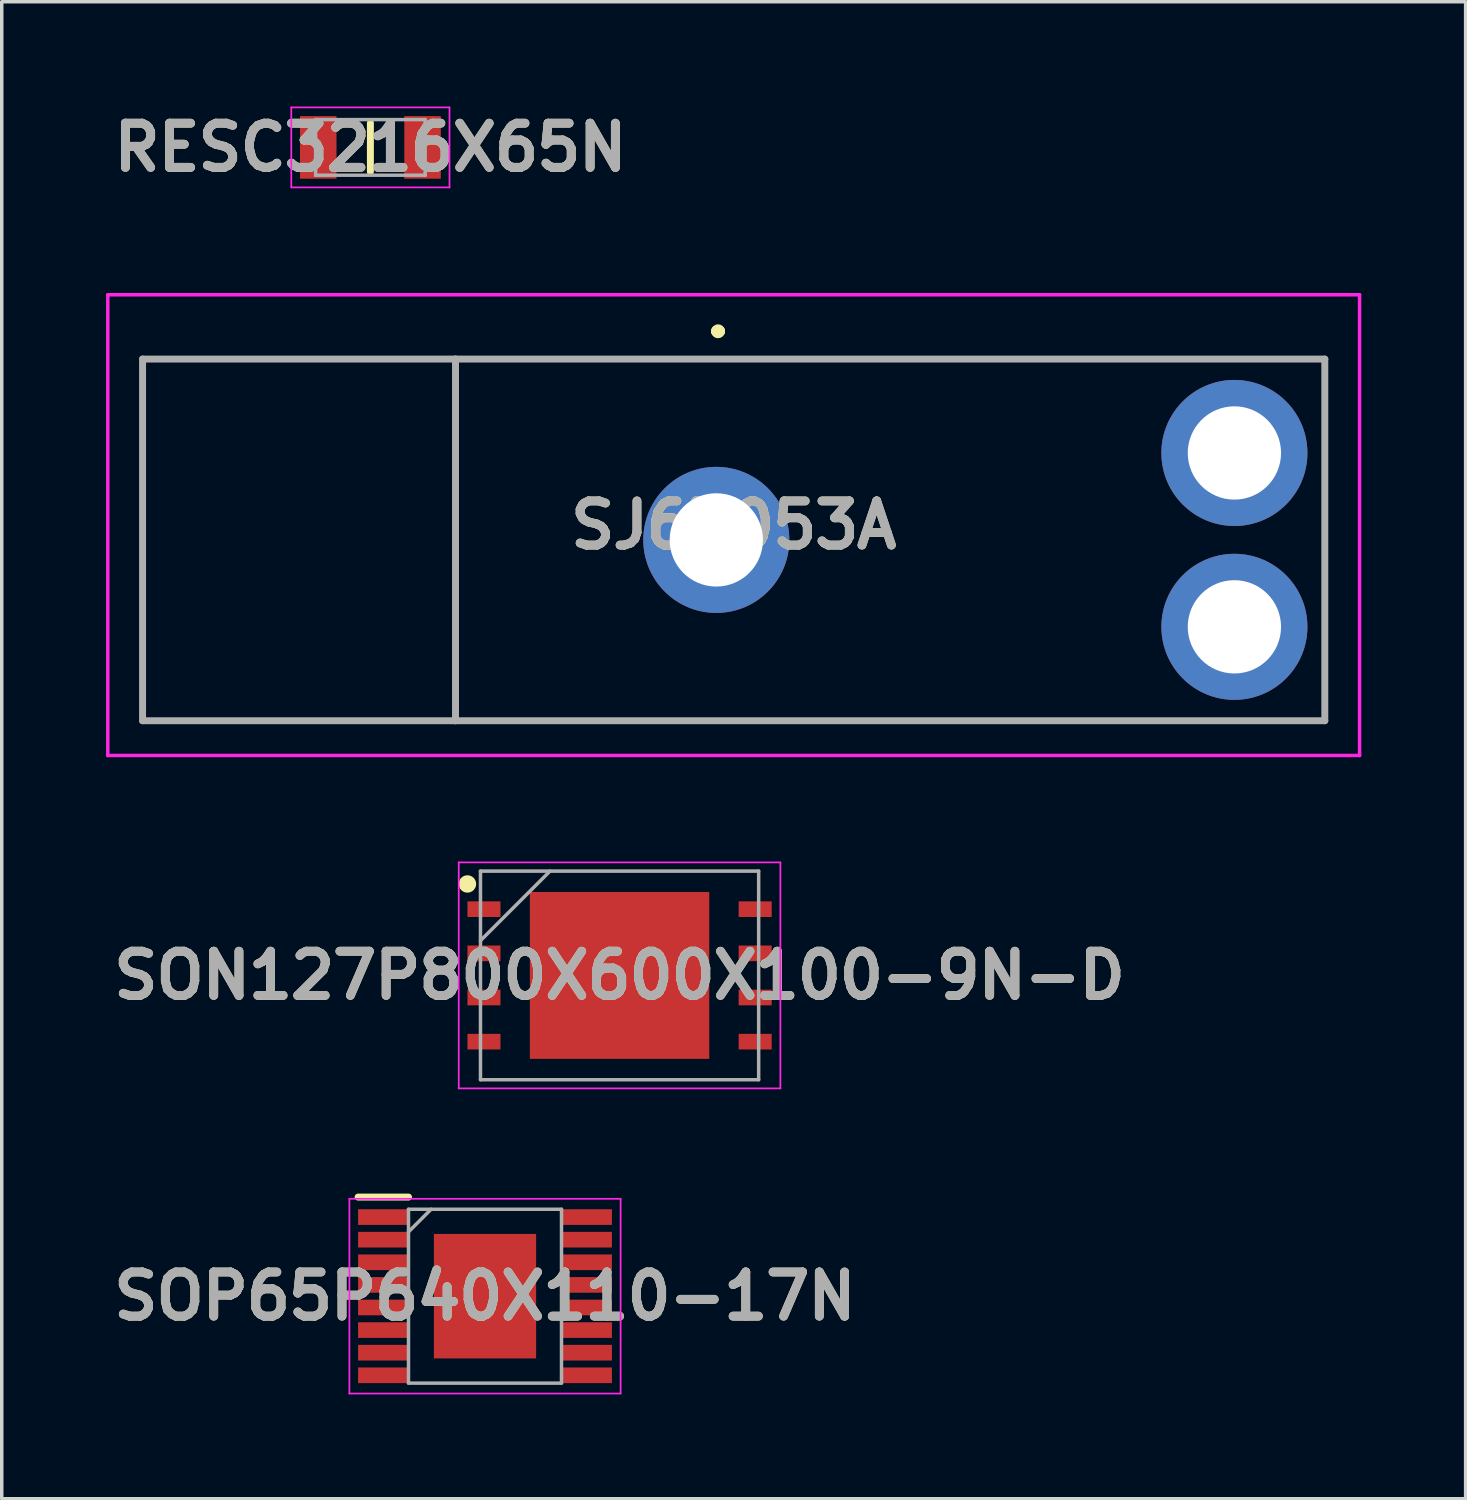
<source format=kicad_pcb>
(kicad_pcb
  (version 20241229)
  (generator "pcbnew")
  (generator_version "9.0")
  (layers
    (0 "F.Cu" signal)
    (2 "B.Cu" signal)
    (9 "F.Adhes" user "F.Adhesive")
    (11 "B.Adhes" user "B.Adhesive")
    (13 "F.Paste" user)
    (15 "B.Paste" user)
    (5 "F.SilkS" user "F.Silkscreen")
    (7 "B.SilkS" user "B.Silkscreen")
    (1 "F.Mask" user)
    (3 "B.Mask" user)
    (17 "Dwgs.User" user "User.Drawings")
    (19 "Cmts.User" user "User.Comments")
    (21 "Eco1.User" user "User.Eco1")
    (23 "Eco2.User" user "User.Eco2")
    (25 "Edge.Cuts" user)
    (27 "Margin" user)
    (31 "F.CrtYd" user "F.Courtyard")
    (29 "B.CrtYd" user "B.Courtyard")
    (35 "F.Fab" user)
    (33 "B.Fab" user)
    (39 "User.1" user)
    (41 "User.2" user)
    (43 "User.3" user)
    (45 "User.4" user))
  (footprint "SJ63053A"
    (layer "F.Cu")
    (at 17.55 12.477)
    (property "Reference" "SJ63053A" (at 0.5 -0.425 0) (layer "F.SilkS") (effects (font (size 1.27 1.27) (thickness 0.254))))
    (attr through_hole)
    (fp_line (start -16.5 -5.2) (end -16.5 5.2) (stroke (width 0.1) (type solid)) (layer "F.SilkS"))
    (fp_line (start -16.5 5.2) (end -7.5 5.2) (stroke (width 0.1) (type solid)) (layer "F.SilkS"))
    (fp_line (start -7.5 -5.2) (end -16.5 -5.2) (stroke (width 0.1) (type solid)) (layer "F.SilkS"))
    (fp_line (start -7.5 -5.2) (end 17.5 -5.2) (stroke (width 0.1) (type solid)) (layer "F.SilkS"))
    (fp_line (start -7.5 5.2) (end -7.5 -5.2) (stroke (width 0.1) (type solid)) (layer "F.SilkS"))
    (fp_line (start 0 -6) (end 0 -6) (stroke (width 0.3) (type solid)) (layer "F.SilkS"))
    (fp_line (start 0.1 -6) (end 0.1 -6) (stroke (width 0.3) (type solid)) (layer "F.SilkS"))
    (fp_line (start 17.5 -5.2) (end 17.5 5.2) (stroke (width 0.1) (type solid)) (layer "F.SilkS"))
    (fp_line (start 17.5 5.2) (end -7.5 5.2) (stroke (width 0.1) (type solid)) (layer "F.SilkS"))
    (fp_arc (start 0 -6) (mid 0.05 -6.05) (end 0.1 -6) (stroke (width 0.3) (type solid)) (layer "F.SilkS"))
    (fp_arc (start 0.1 -6) (mid 0.05 -5.95) (end 0 -6) (stroke (width 0.3) (type solid)) (layer "F.SilkS"))
    (fp_line (start -17.5 -7.05) (end 18.5 -7.05) (stroke (width 0.1) (type solid)) (layer "F.CrtYd"))
    (fp_line (start -17.5 6.2) (end -17.5 -7.05) (stroke (width 0.1) (type solid)) (layer "F.CrtYd"))
    (fp_line (start 18.5 -7.05) (end 18.5 6.2) (stroke (width 0.1) (type solid)) (layer "F.CrtYd"))
    (fp_line (start 18.5 6.2) (end -17.5 6.2) (stroke (width 0.1) (type solid)) (layer "F.CrtYd"))
    (fp_line (start -16.5 -5.2) (end -16.5 5.2) (stroke (width 0.2) (type solid)) (layer "F.Fab"))
    (fp_line (start -16.5 5.2) (end -7.5 5.2) (stroke (width 0.2) (type solid)) (layer "F.Fab"))
    (fp_line (start -7.5 -5.2) (end -16.5 -5.2) (stroke (width 0.2) (type solid)) (layer "F.Fab"))
    (fp_line (start -7.5 -5.2) (end 17.5 -5.2) (stroke (width 0.2) (type solid)) (layer "F.Fab"))
    (fp_line (start -7.5 5.2) (end -7.5 -5.2) (stroke (width 0.2) (type solid)) (layer "F.Fab"))
    (fp_line (start 17.5 -5.2) (end 17.5 5.2) (stroke (width 0.2) (type solid)) (layer "F.Fab"))
    (fp_line (start 17.5 5.2) (end -7.5 5.2) (stroke (width 0.2) (type solid)) (layer "F.Fab"))
    (fp_text user "${REFERENCE}" (at 0.5 -0.425 0) (layer "F.Fab") (effects (font (size 1.27 1.27) (thickness 0.254))))
    (pad "1" thru_hole circle (at 0 0) (size 4.2 4.2) (drill 2.683) (layers "*.Cu" "*.Mask"))
    (pad "2" thru_hole circle (at 14.9 2.5) (size 4.2 4.2) (drill 2.683) (layers "*.Cu" "*.Mask"))
    (pad "3" thru_hole circle (at 14.9 -2.5) (size 4.2 4.2) (drill 2.683) (layers "*.Cu" "*.Mask")))
  (footprint "SON127P800X600X100-9N-D"
    (layer "F.Cu")
    (at 14.768 25.002)
    (property "Reference" "SON127P800X600X100-9N-D" (at 0 0 0) (layer "F.SilkS") (effects (font (size 1.27 1.27) (thickness 0.254))))
    (attr smd)
    (fp_circle (center -4.375 -2.63) (end -4.375 -2.505) (stroke (width 0.25) (type solid)) (fill no) (layer "F.SilkS"))
    (fp_line (start -4.625 -3.25) (end 4.625 -3.25) (stroke (width 0.05) (type solid)) (layer "F.CrtYd"))
    (fp_line (start -4.625 3.25) (end -4.625 -3.25) (stroke (width 0.05) (type solid)) (layer "F.CrtYd"))
    (fp_line (start 4.625 -3.25) (end 4.625 3.25) (stroke (width 0.05) (type solid)) (layer "F.CrtYd"))
    (fp_line (start 4.625 3.25) (end -4.625 3.25) (stroke (width 0.05) (type solid)) (layer "F.CrtYd"))
    (fp_line (start -4 -3) (end 4 -3) (stroke (width 0.1) (type solid)) (layer "F.Fab"))
    (fp_line (start -4 -1) (end -2 -3) (stroke (width 0.1) (type solid)) (layer "F.Fab"))
    (fp_line (start -4 3) (end -4 -3) (stroke (width 0.1) (type solid)) (layer "F.Fab"))
    (fp_line (start 4 -3) (end 4 3) (stroke (width 0.1) (type solid)) (layer "F.Fab"))
    (fp_line (start 4 3) (end -4 3) (stroke (width 0.1) (type solid)) (layer "F.Fab"))
    (fp_text user "${REFERENCE}" (at 0 0 0) (layer "F.Fab") (effects (font (size 1.27 1.27) (thickness 0.254))))
    (pad "1" smd rect (at -3.9 -1.905 90) (size 0.45 0.95) (layers "F.Cu" "F.Mask" "F.Paste"))
    (pad "2" smd rect (at -3.9 -0.635 90) (size 0.45 0.95) (layers "F.Cu" "F.Mask" "F.Paste"))
    (pad "3" smd rect (at -3.9 0.635 90) (size 0.45 0.95) (layers "F.Cu" "F.Mask" "F.Paste"))
    (pad "4" smd rect (at -3.9 1.905 90) (size 0.45 0.95) (layers "F.Cu" "F.Mask" "F.Paste"))
    (pad "5" smd rect (at 3.9 1.905 90) (size 0.45 0.95) (layers "F.Cu" "F.Mask" "F.Paste"))
    (pad "6" smd rect (at 3.9 0.635 90) (size 0.45 0.95) (layers "F.Cu" "F.Mask" "F.Paste"))
    (pad "7" smd rect (at 3.9 -0.635 90) (size 0.45 0.95) (layers "F.Cu" "F.Mask" "F.Paste"))
    (pad "8" smd rect (at 3.9 -1.905 90) (size 0.45 0.95) (layers "F.Cu" "F.Mask" "F.Paste"))
    (pad "9" smd rect (at 0 0 90) (size 4.8 5.16) (layers "F.Cu" "F.Mask" "F.Paste")))
  (footprint "SOP65P640X110-17N"
    (layer "F.Cu")
    (at 10.898 34.227)
    (property "Reference" "SOP65P640X110-17N" (at 0 0 0) (layer "F.SilkS") (effects (font (size 1.27 1.27) (thickness 0.254))))
    (attr smd)
    (fp_line (start -3.65 -2.85) (end -2.2 -2.85) (stroke (width 0.2) (type solid)) (layer "F.SilkS"))
    (fp_line (start -3.9 -2.8) (end 3.9 -2.8) (stroke (width 0.05) (type solid)) (layer "F.CrtYd"))
    (fp_line (start -3.9 2.8) (end -3.9 -2.8) (stroke (width 0.05) (type solid)) (layer "F.CrtYd"))
    (fp_line (start 3.9 -2.8) (end 3.9 2.8) (stroke (width 0.05) (type solid)) (layer "F.CrtYd"))
    (fp_line (start 3.9 2.8) (end -3.9 2.8) (stroke (width 0.05) (type solid)) (layer "F.CrtYd"))
    (fp_line (start -2.2 -2.5) (end 2.2 -2.5) (stroke (width 0.1) (type solid)) (layer "F.Fab"))
    (fp_line (start -2.2 -1.85) (end -1.55 -2.5) (stroke (width 0.1) (type solid)) (layer "F.Fab"))
    (fp_line (start -2.2 2.5) (end -2.2 -2.5) (stroke (width 0.1) (type solid)) (layer "F.Fab"))
    (fp_line (start 2.2 -2.5) (end 2.2 2.5) (stroke (width 0.1) (type solid)) (layer "F.Fab"))
    (fp_line (start 2.2 2.5) (end -2.2 2.5) (stroke (width 0.1) (type solid)) (layer "F.Fab"))
    (fp_text user "${REFERENCE}" (at 0 0 0) (layer "F.Fab") (effects (font (size 1.27 1.27) (thickness 0.254))))
    (pad "1" smd rect (at -2.925 -2.275 90) (size 0.45 1.45) (layers "F.Cu" "F.Mask" "F.Paste"))
    (pad "2" smd rect (at -2.925 -1.625 90) (size 0.45 1.45) (layers "F.Cu" "F.Mask" "F.Paste"))
    (pad "3" smd rect (at -2.925 -0.975 90) (size 0.45 1.45) (layers "F.Cu" "F.Mask" "F.Paste"))
    (pad "4" smd rect (at -2.925 -0.325 90) (size 0.45 1.45) (layers "F.Cu" "F.Mask" "F.Paste"))
    (pad "5" smd rect (at -2.925 0.325 90) (size 0.45 1.45) (layers "F.Cu" "F.Mask" "F.Paste"))
    (pad "6" smd rect (at -2.925 0.975 90) (size 0.45 1.45) (layers "F.Cu" "F.Mask" "F.Paste"))
    (pad "7" smd rect (at -2.925 1.625 90) (size 0.45 1.45) (layers "F.Cu" "F.Mask" "F.Paste"))
    (pad "8" smd rect (at -2.925 2.275 90) (size 0.45 1.45) (layers "F.Cu" "F.Mask" "F.Paste"))
    (pad "9" smd rect (at 2.925 2.275 90) (size 0.45 1.45) (layers "F.Cu" "F.Mask" "F.Paste"))
    (pad "10" smd rect (at 2.925 1.625 90) (size 0.45 1.45) (layers "F.Cu" "F.Mask" "F.Paste"))
    (pad "11" smd rect (at 2.925 0.975 90) (size 0.45 1.45) (layers "F.Cu" "F.Mask" "F.Paste"))
    (pad "12" smd rect (at 2.925 0.325 90) (size 0.45 1.45) (layers "F.Cu" "F.Mask" "F.Paste"))
    (pad "13" smd rect (at 2.925 -0.325 90) (size 0.45 1.45) (layers "F.Cu" "F.Mask" "F.Paste"))
    (pad "14" smd rect (at 2.925 -0.975 90) (size 0.45 1.45) (layers "F.Cu" "F.Mask" "F.Paste"))
    (pad "15" smd rect (at 2.925 -1.625 90) (size 0.45 1.45) (layers "F.Cu" "F.Mask" "F.Paste"))
    (pad "16" smd rect (at 2.925 -2.275 90) (size 0.45 1.45) (layers "F.Cu" "F.Mask" "F.Paste"))
    (pad "17" smd rect (at 0 0) (size 2.94 3.58) (layers "F.Cu" "F.Mask" "F.Paste")))
  (footprint "RESC3216X65N"
    (layer "F.Cu")
    (at 7.602 1.189)
    (property "Reference" "RESC3216X65N" (at 0 0 0) (layer "F.SilkS") (effects (font (size 1.27 1.27) (thickness 0.254))))
    (attr smd)
    (fp_line (start 0 -0.7) (end 0 0.7) (stroke (width 0.2) (type solid)) (layer "F.SilkS"))
    (fp_line (start -2.275 -1.15) (end 2.275 -1.15) (stroke (width 0.05) (type solid)) (layer "F.CrtYd"))
    (fp_line (start -2.275 1.15) (end -2.275 -1.15) (stroke (width 0.05) (type solid)) (layer "F.CrtYd"))
    (fp_line (start 2.275 -1.15) (end 2.275 1.15) (stroke (width 0.05) (type solid)) (layer "F.CrtYd"))
    (fp_line (start 2.275 1.15) (end -2.275 1.15) (stroke (width 0.05) (type solid)) (layer "F.CrtYd"))
    (fp_line (start -1.575 -0.8) (end 1.575 -0.8) (stroke (width 0.1) (type solid)) (layer "F.Fab"))
    (fp_line (start -1.575 0.8) (end -1.575 -0.8) (stroke (width 0.1) (type solid)) (layer "F.Fab"))
    (fp_line (start 1.575 -0.8) (end 1.575 0.8) (stroke (width 0.1) (type solid)) (layer "F.Fab"))
    (fp_line (start 1.575 0.8) (end -1.575 0.8) (stroke (width 0.1) (type solid)) (layer "F.Fab"))
    (fp_text user "${REFERENCE}" (at 0 0 0) (layer "F.Fab") (effects (font (size 1.27 1.27) (thickness 0.254))))
    (pad "1" smd rect (at -1.5 0) (size 1.05 1.8) (layers "F.Cu" "F.Mask" "F.Paste"))
    (pad "2" smd rect (at 1.5 0) (size 1.05 1.8) (layers "F.Cu" "F.Mask" "F.Paste")))
  (gr_rect
    (start -3 -3)
    (end 39.1 40.052)
    (stroke (width 0.1) (type default))
    (fill no)
    (layer "Edge.Cuts")))
</source>
